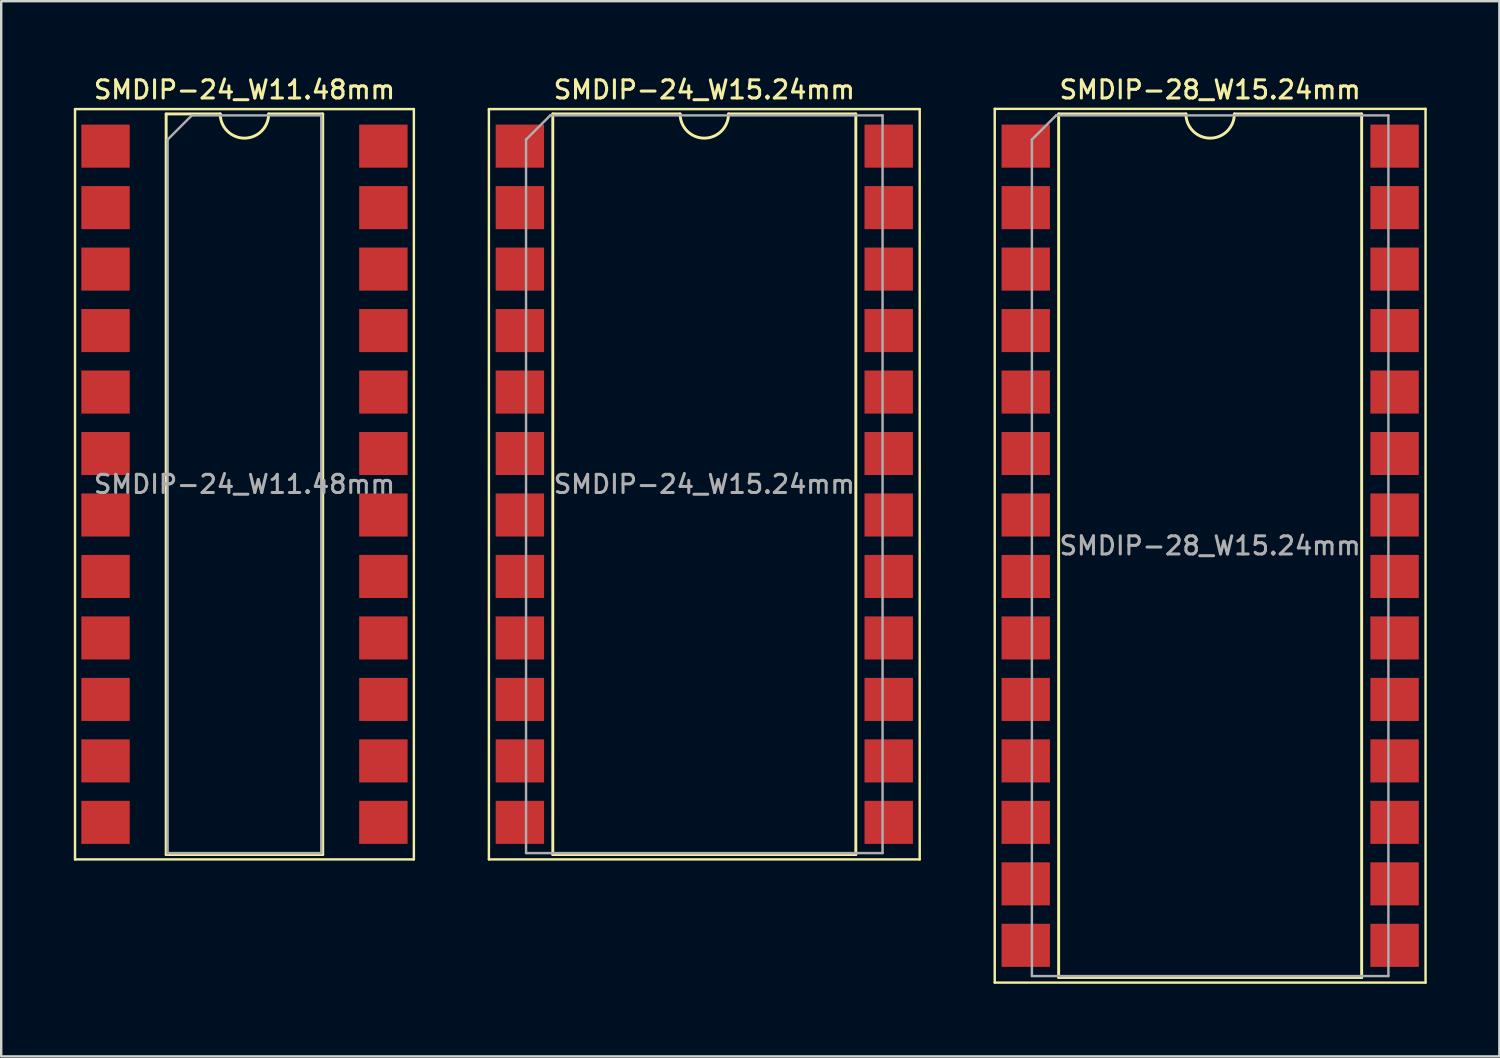
<source format=kicad_pcb>
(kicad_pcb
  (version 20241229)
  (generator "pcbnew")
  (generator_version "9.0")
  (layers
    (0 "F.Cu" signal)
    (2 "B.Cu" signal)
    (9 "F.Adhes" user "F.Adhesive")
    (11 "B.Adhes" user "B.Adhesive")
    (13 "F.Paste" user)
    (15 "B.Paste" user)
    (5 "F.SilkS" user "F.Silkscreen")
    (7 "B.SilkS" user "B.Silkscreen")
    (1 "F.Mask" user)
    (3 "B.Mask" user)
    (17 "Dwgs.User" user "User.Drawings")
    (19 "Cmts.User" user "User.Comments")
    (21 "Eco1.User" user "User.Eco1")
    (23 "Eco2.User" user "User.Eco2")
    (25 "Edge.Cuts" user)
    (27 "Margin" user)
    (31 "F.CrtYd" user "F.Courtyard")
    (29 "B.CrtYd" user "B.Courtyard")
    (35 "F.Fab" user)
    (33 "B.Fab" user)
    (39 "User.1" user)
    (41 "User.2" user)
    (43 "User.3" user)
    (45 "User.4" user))
  (footprint "SMDIP-24_W11.48mm"
    (layer "F.Cu")
    (at 7.05 16.958)
    (property "Reference" "SMDIP-24_W11.48mm" (at 0 -16.3 0) (layer "F.SilkS") (effects (font (size 0.75 0.75) (thickness 0.125))))
    (attr smd)
    (fp_line (start -7 -15.5) (end -7 15.5) (stroke (width 0.1) (type solid)) (layer "F.SilkS"))
    (fp_line (start -7 15.5) (end 7 15.5) (stroke (width 0.1) (type solid)) (layer "F.SilkS"))
    (fp_line (start -3.235 -15.3) (end -3.235 15.3) (stroke (width 0.12) (type solid)) (layer "F.SilkS"))
    (fp_line (start -3.235 15.3) (end 3.235 15.3) (stroke (width 0.12) (type solid)) (layer "F.SilkS"))
    (fp_line (start -1 -15.3) (end -3.235 -15.3) (stroke (width 0.12) (type solid)) (layer "F.SilkS"))
    (fp_line (start 3.235 -15.3) (end 1 -15.3) (stroke (width 0.12) (type solid)) (layer "F.SilkS"))
    (fp_line (start 3.235 15.3) (end 3.235 -15.3) (stroke (width 0.12) (type solid)) (layer "F.SilkS"))
    (fp_line (start 7 -15.5) (end -7 -15.5) (stroke (width 0.1) (type solid)) (layer "F.SilkS"))
    (fp_line (start 7 15.5) (end 7 -15.5) (stroke (width 0.1) (type solid)) (layer "F.SilkS"))
    (fp_arc (start 1 -15.3) (mid 0 -14.3) (end -1 -15.3) (stroke (width 0.12) (type solid)) (layer "F.SilkS"))
    (fp_line (start -3.175 -14.24) (end -2.175 -15.24) (stroke (width 0.1) (type solid)) (layer "F.Fab"))
    (fp_line (start -3.175 15.24) (end -3.175 -14.24) (stroke (width 0.1) (type solid)) (layer "F.Fab"))
    (fp_line (start -2.175 -15.24) (end 3.175 -15.24) (stroke (width 0.1) (type solid)) (layer "F.Fab"))
    (fp_line (start 3.175 -15.24) (end 3.175 15.24) (stroke (width 0.1) (type solid)) (layer "F.Fab"))
    (fp_line (start 3.175 15.24) (end -3.175 15.24) (stroke (width 0.1) (type solid)) (layer "F.Fab"))
    (fp_text user "${REFERENCE}" (at 0 0 0) (layer "F.Fab") (effects (font (size 0.75 0.75) (thickness 0.125))))
    (pad "1" smd rect (at -5.74 -13.97) (size 2 1.78) (layers "F.Cu" "F.Mask" "F.Paste"))
    (pad "2" smd rect (at -5.74 -11.43) (size 2 1.78) (layers "F.Cu" "F.Mask" "F.Paste"))
    (pad "3" smd rect (at -5.74 -8.89) (size 2 1.78) (layers "F.Cu" "F.Mask" "F.Paste"))
    (pad "4" smd rect (at -5.74 -6.35) (size 2 1.78) (layers "F.Cu" "F.Mask" "F.Paste"))
    (pad "5" smd rect (at -5.74 -3.81) (size 2 1.78) (layers "F.Cu" "F.Mask" "F.Paste"))
    (pad "6" smd rect (at -5.74 -1.27) (size 2 1.78) (layers "F.Cu" "F.Mask" "F.Paste"))
    (pad "7" smd rect (at -5.74 1.27) (size 2 1.78) (layers "F.Cu" "F.Mask" "F.Paste"))
    (pad "8" smd rect (at -5.74 3.81) (size 2 1.78) (layers "F.Cu" "F.Mask" "F.Paste"))
    (pad "9" smd rect (at -5.74 6.35) (size 2 1.78) (layers "F.Cu" "F.Mask" "F.Paste"))
    (pad "10" smd rect (at -5.74 8.89) (size 2 1.78) (layers "F.Cu" "F.Mask" "F.Paste"))
    (pad "11" smd rect (at -5.74 11.43) (size 2 1.78) (layers "F.Cu" "F.Mask" "F.Paste"))
    (pad "12" smd rect (at -5.74 13.97) (size 2 1.78) (layers "F.Cu" "F.Mask" "F.Paste"))
    (pad "13" smd rect (at 5.74 13.97) (size 2 1.78) (layers "F.Cu" "F.Mask" "F.Paste"))
    (pad "14" smd rect (at 5.74 11.43) (size 2 1.78) (layers "F.Cu" "F.Mask" "F.Paste"))
    (pad "15" smd rect (at 5.74 8.89) (size 2 1.78) (layers "F.Cu" "F.Mask" "F.Paste"))
    (pad "16" smd rect (at 5.74 6.35) (size 2 1.78) (layers "F.Cu" "F.Mask" "F.Paste"))
    (pad "17" smd rect (at 5.74 3.81) (size 2 1.78) (layers "F.Cu" "F.Mask" "F.Paste"))
    (pad "18" smd rect (at 5.74 1.27) (size 2 1.78) (layers "F.Cu" "F.Mask" "F.Paste"))
    (pad "19" smd rect (at 5.74 -1.27) (size 2 1.78) (layers "F.Cu" "F.Mask" "F.Paste"))
    (pad "20" smd rect (at 5.74 -3.81) (size 2 1.78) (layers "F.Cu" "F.Mask" "F.Paste"))
    (pad "21" smd rect (at 5.74 -6.35) (size 2 1.78) (layers "F.Cu" "F.Mask" "F.Paste"))
    (pad "22" smd rect (at 5.74 -8.89) (size 2 1.78) (layers "F.Cu" "F.Mask" "F.Paste"))
    (pad "23" smd rect (at 5.74 -11.43) (size 2 1.78) (layers "F.Cu" "F.Mask" "F.Paste"))
    (pad "24" smd rect (at 5.74 -13.97) (size 2 1.78) (layers "F.Cu" "F.Mask" "F.Paste")))
  (footprint "SMDIP-24_W15.24mm"
    (layer "F.Cu")
    (at 26.05 16.958)
    (property "Reference" "SMDIP-24_W15.24mm" (at 0 -16.3 0) (layer "F.SilkS") (effects (font (size 0.75 0.75) (thickness 0.125))))
    (attr smd)
    (fp_line (start -8.9 -15.5) (end -8.9 15.5) (stroke (width 0.1) (type solid)) (layer "F.SilkS"))
    (fp_line (start -8.9 15.5) (end 8.9 15.5) (stroke (width 0.1) (type solid)) (layer "F.SilkS"))
    (fp_line (start -6.26 -15.3) (end -6.26 15.3) (stroke (width 0.12) (type solid)) (layer "F.SilkS"))
    (fp_line (start -6.26 15.3) (end 6.26 15.3) (stroke (width 0.12) (type solid)) (layer "F.SilkS"))
    (fp_line (start -1 -15.3) (end -6.26 -15.3) (stroke (width 0.12) (type solid)) (layer "F.SilkS"))
    (fp_line (start 6.26 -15.3) (end 1 -15.3) (stroke (width 0.12) (type solid)) (layer "F.SilkS"))
    (fp_line (start 6.26 15.3) (end 6.26 -15.3) (stroke (width 0.12) (type solid)) (layer "F.SilkS"))
    (fp_line (start 8.9 -15.5) (end -8.9 -15.5) (stroke (width 0.1) (type solid)) (layer "F.SilkS"))
    (fp_line (start 8.9 15.5) (end 8.9 -15.5) (stroke (width 0.1) (type solid)) (layer "F.SilkS"))
    (fp_arc (start 1 -15.3) (mid 0 -14.3) (end -1 -15.3) (stroke (width 0.12) (type solid)) (layer "F.SilkS"))
    (fp_line (start -7.365 -14.24) (end -6.365 -15.24) (stroke (width 0.1) (type solid)) (layer "F.Fab"))
    (fp_line (start -7.365 15.24) (end -7.365 -14.24) (stroke (width 0.1) (type solid)) (layer "F.Fab"))
    (fp_line (start -6.365 -15.24) (end 7.365 -15.24) (stroke (width 0.1) (type solid)) (layer "F.Fab"))
    (fp_line (start 7.365 -15.24) (end 7.365 15.24) (stroke (width 0.1) (type solid)) (layer "F.Fab"))
    (fp_line (start 7.365 15.24) (end -7.365 15.24) (stroke (width 0.1) (type solid)) (layer "F.Fab"))
    (fp_text user "${REFERENCE}" (at 0 0 0) (layer "F.Fab") (effects (font (size 0.75 0.75) (thickness 0.125))))
    (pad "1" smd rect (at -7.62 -13.97) (size 2 1.78) (layers "F.Cu" "F.Mask" "F.Paste"))
    (pad "2" smd rect (at -7.62 -11.43) (size 2 1.78) (layers "F.Cu" "F.Mask" "F.Paste"))
    (pad "3" smd rect (at -7.62 -8.89) (size 2 1.78) (layers "F.Cu" "F.Mask" "F.Paste"))
    (pad "4" smd rect (at -7.62 -6.35) (size 2 1.78) (layers "F.Cu" "F.Mask" "F.Paste"))
    (pad "5" smd rect (at -7.62 -3.81) (size 2 1.78) (layers "F.Cu" "F.Mask" "F.Paste"))
    (pad "6" smd rect (at -7.62 -1.27) (size 2 1.78) (layers "F.Cu" "F.Mask" "F.Paste"))
    (pad "7" smd rect (at -7.62 1.27) (size 2 1.78) (layers "F.Cu" "F.Mask" "F.Paste"))
    (pad "8" smd rect (at -7.62 3.81) (size 2 1.78) (layers "F.Cu" "F.Mask" "F.Paste"))
    (pad "9" smd rect (at -7.62 6.35) (size 2 1.78) (layers "F.Cu" "F.Mask" "F.Paste"))
    (pad "10" smd rect (at -7.62 8.89) (size 2 1.78) (layers "F.Cu" "F.Mask" "F.Paste"))
    (pad "11" smd rect (at -7.62 11.43) (size 2 1.78) (layers "F.Cu" "F.Mask" "F.Paste"))
    (pad "12" smd rect (at -7.62 13.97) (size 2 1.78) (layers "F.Cu" "F.Mask" "F.Paste"))
    (pad "13" smd rect (at 7.62 13.97) (size 2 1.78) (layers "F.Cu" "F.Mask" "F.Paste"))
    (pad "14" smd rect (at 7.62 11.43) (size 2 1.78) (layers "F.Cu" "F.Mask" "F.Paste"))
    (pad "15" smd rect (at 7.62 8.89) (size 2 1.78) (layers "F.Cu" "F.Mask" "F.Paste"))
    (pad "16" smd rect (at 7.62 6.35) (size 2 1.78) (layers "F.Cu" "F.Mask" "F.Paste"))
    (pad "17" smd rect (at 7.62 3.81) (size 2 1.78) (layers "F.Cu" "F.Mask" "F.Paste"))
    (pad "18" smd rect (at 7.62 1.27) (size 2 1.78) (layers "F.Cu" "F.Mask" "F.Paste"))
    (pad "19" smd rect (at 7.62 -1.27) (size 2 1.78) (layers "F.Cu" "F.Mask" "F.Paste"))
    (pad "20" smd rect (at 7.62 -3.81) (size 2 1.78) (layers "F.Cu" "F.Mask" "F.Paste"))
    (pad "21" smd rect (at 7.62 -6.35) (size 2 1.78) (layers "F.Cu" "F.Mask" "F.Paste"))
    (pad "22" smd rect (at 7.62 -8.89) (size 2 1.78) (layers "F.Cu" "F.Mask" "F.Paste"))
    (pad "23" smd rect (at 7.62 -11.43) (size 2 1.78) (layers "F.Cu" "F.Mask" "F.Paste"))
    (pad "24" smd rect (at 7.62 -13.97) (size 2 1.78) (layers "F.Cu" "F.Mask" "F.Paste")))
  (footprint "SMDIP-28_W15.24mm"
    (layer "F.Cu")
    (at 46.95 19.498)
    (property "Reference" "SMDIP-28_W15.24mm" (at 0 -18.84 0) (layer "F.SilkS") (effects (font (size 0.75 0.75) (thickness 0.125))))
    (attr smd)
    (fp_line (start -8.9 -18.05) (end -8.9 18.05) (stroke (width 0.1) (type solid)) (layer "F.SilkS"))
    (fp_line (start -8.9 18.05) (end 8.9 18.05) (stroke (width 0.1) (type solid)) (layer "F.SilkS"))
    (fp_line (start -6.26 -17.84) (end -6.26 17.84) (stroke (width 0.12) (type solid)) (layer "F.SilkS"))
    (fp_line (start -6.26 17.84) (end 6.26 17.84) (stroke (width 0.12) (type solid)) (layer "F.SilkS"))
    (fp_line (start -1 -17.84) (end -6.26 -17.84) (stroke (width 0.12) (type solid)) (layer "F.SilkS"))
    (fp_line (start 6.26 -17.84) (end 1 -17.84) (stroke (width 0.12) (type solid)) (layer "F.SilkS"))
    (fp_line (start 6.26 17.84) (end 6.26 -17.84) (stroke (width 0.12) (type solid)) (layer "F.SilkS"))
    (fp_line (start 8.9 -18.05) (end -8.9 -18.05) (stroke (width 0.1) (type solid)) (layer "F.SilkS"))
    (fp_line (start 8.9 18.05) (end 8.9 -18.05) (stroke (width 0.1) (type solid)) (layer "F.SilkS"))
    (fp_arc (start 1 -17.84) (mid 0 -16.84) (end -1 -17.84) (stroke (width 0.12) (type solid)) (layer "F.SilkS"))
    (fp_line (start -7.365 -16.78) (end -6.365 -17.78) (stroke (width 0.1) (type solid)) (layer "F.Fab"))
    (fp_line (start -7.365 17.78) (end -7.365 -16.78) (stroke (width 0.1) (type solid)) (layer "F.Fab"))
    (fp_line (start -6.365 -17.78) (end 7.365 -17.78) (stroke (width 0.1) (type solid)) (layer "F.Fab"))
    (fp_line (start 7.365 -17.78) (end 7.365 17.78) (stroke (width 0.1) (type solid)) (layer "F.Fab"))
    (fp_line (start 7.365 17.78) (end -7.365 17.78) (stroke (width 0.1) (type solid)) (layer "F.Fab"))
    (fp_text user "${REFERENCE}" (at 0 0 0) (layer "F.Fab") (effects (font (size 0.75 0.75) (thickness 0.125))))
    (pad "1" smd rect (at -7.62 -16.51) (size 2 1.78) (layers "F.Cu" "F.Mask" "F.Paste"))
    (pad "2" smd rect (at -7.62 -13.97) (size 2 1.78) (layers "F.Cu" "F.Mask" "F.Paste"))
    (pad "3" smd rect (at -7.62 -11.43) (size 2 1.78) (layers "F.Cu" "F.Mask" "F.Paste"))
    (pad "4" smd rect (at -7.62 -8.89) (size 2 1.78) (layers "F.Cu" "F.Mask" "F.Paste"))
    (pad "5" smd rect (at -7.62 -6.35) (size 2 1.78) (layers "F.Cu" "F.Mask" "F.Paste"))
    (pad "6" smd rect (at -7.62 -3.81) (size 2 1.78) (layers "F.Cu" "F.Mask" "F.Paste"))
    (pad "7" smd rect (at -7.62 -1.27) (size 2 1.78) (layers "F.Cu" "F.Mask" "F.Paste"))
    (pad "8" smd rect (at -7.62 1.27) (size 2 1.78) (layers "F.Cu" "F.Mask" "F.Paste"))
    (pad "9" smd rect (at -7.62 3.81) (size 2 1.78) (layers "F.Cu" "F.Mask" "F.Paste"))
    (pad "10" smd rect (at -7.62 6.35) (size 2 1.78) (layers "F.Cu" "F.Mask" "F.Paste"))
    (pad "11" smd rect (at -7.62 8.89) (size 2 1.78) (layers "F.Cu" "F.Mask" "F.Paste"))
    (pad "12" smd rect (at -7.62 11.43) (size 2 1.78) (layers "F.Cu" "F.Mask" "F.Paste"))
    (pad "13" smd rect (at -7.62 13.97) (size 2 1.78) (layers "F.Cu" "F.Mask" "F.Paste"))
    (pad "14" smd rect (at -7.62 16.51) (size 2 1.78) (layers "F.Cu" "F.Mask" "F.Paste"))
    (pad "15" smd rect (at 7.62 16.51) (size 2 1.78) (layers "F.Cu" "F.Mask" "F.Paste"))
    (pad "16" smd rect (at 7.62 13.97) (size 2 1.78) (layers "F.Cu" "F.Mask" "F.Paste"))
    (pad "17" smd rect (at 7.62 11.43) (size 2 1.78) (layers "F.Cu" "F.Mask" "F.Paste"))
    (pad "18" smd rect (at 7.62 8.89) (size 2 1.78) (layers "F.Cu" "F.Mask" "F.Paste"))
    (pad "19" smd rect (at 7.62 6.35) (size 2 1.78) (layers "F.Cu" "F.Mask" "F.Paste"))
    (pad "20" smd rect (at 7.62 3.81) (size 2 1.78) (layers "F.Cu" "F.Mask" "F.Paste"))
    (pad "21" smd rect (at 7.62 1.27) (size 2 1.78) (layers "F.Cu" "F.Mask" "F.Paste"))
    (pad "22" smd rect (at 7.62 -1.27) (size 2 1.78) (layers "F.Cu" "F.Mask" "F.Paste"))
    (pad "23" smd rect (at 7.62 -3.81) (size 2 1.78) (layers "F.Cu" "F.Mask" "F.Paste"))
    (pad "24" smd rect (at 7.62 -6.35) (size 2 1.78) (layers "F.Cu" "F.Mask" "F.Paste"))
    (pad "25" smd rect (at 7.62 -8.89) (size 2 1.78) (layers "F.Cu" "F.Mask" "F.Paste"))
    (pad "26" smd rect (at 7.62 -11.43) (size 2 1.78) (layers "F.Cu" "F.Mask" "F.Paste"))
    (pad "27" smd rect (at 7.62 -13.97) (size 2 1.78) (layers "F.Cu" "F.Mask" "F.Paste"))
    (pad "28" smd rect (at 7.62 -16.51) (size 2 1.78) (layers "F.Cu" "F.Mask" "F.Paste")))
  (gr_rect
    (start -3 -3)
    (end 58.9 40.598)
    (stroke (width 0.1) (type default))
    (fill no)
    (layer "Edge.Cuts")))
</source>
